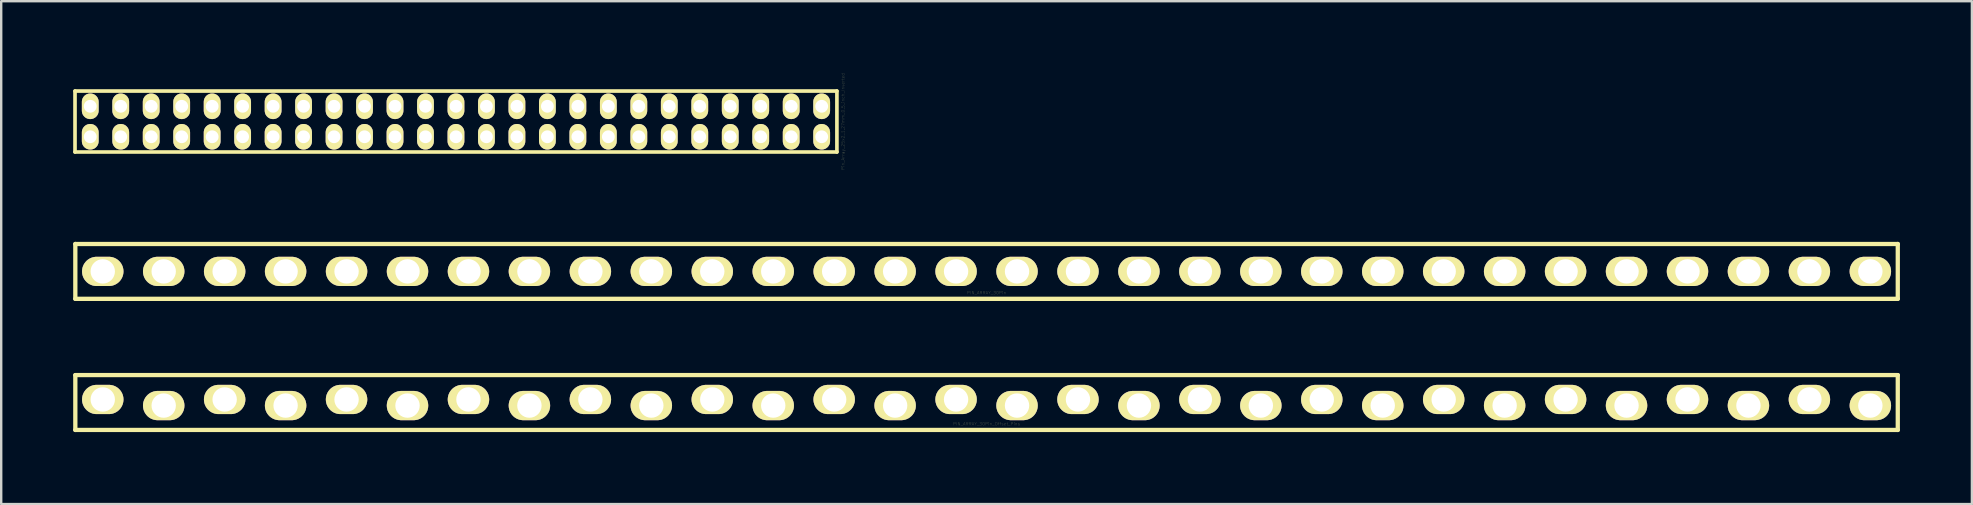
<source format=kicad_pcb>
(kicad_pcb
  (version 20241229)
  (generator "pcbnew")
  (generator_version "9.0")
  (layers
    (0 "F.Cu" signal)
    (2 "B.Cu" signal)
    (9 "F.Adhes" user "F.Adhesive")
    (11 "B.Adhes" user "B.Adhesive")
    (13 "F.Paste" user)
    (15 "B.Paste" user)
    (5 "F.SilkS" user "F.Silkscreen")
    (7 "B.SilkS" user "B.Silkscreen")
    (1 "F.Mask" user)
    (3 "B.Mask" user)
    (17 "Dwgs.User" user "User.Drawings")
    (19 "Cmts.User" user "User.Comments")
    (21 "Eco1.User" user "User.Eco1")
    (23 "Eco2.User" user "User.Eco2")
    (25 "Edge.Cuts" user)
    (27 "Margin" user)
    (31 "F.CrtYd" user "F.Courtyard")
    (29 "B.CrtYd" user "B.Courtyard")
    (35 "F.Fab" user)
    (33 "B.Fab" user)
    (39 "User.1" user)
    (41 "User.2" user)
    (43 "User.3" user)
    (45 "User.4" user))
  (footprint "PIN_ARRAY_30Pin_Offset_Pins"
    (layer "F.Cu")
    (at 38.062 13.724)
    (property "Reference" "PIN_ARRAY_30Pin_Offset_Pins" (at 0 0.889 0) (layer "F.SilkS") (effects (font (size 0.127 0.127) (thickness 0.003))))
    (attr through_hole)
    (fp_line (start -37.973 -1.143) (end -37.973 1.143) (stroke (width 0.178) (type solid)) (layer "F.SilkS"))
    (fp_line (start -37.973 1.143) (end 37.973 1.143) (stroke (width 0.178) (type solid)) (layer "F.SilkS"))
    (fp_line (start 37.973 -1.143) (end -37.973 -1.143) (stroke (width 0.178) (type solid)) (layer "F.SilkS"))
    (fp_line (start 37.973 1.143) (end 37.973 -1.143) (stroke (width 0.178) (type solid)) (layer "F.SilkS"))
    (pad "1" thru_hole oval (at -36.83 -0.127) (size 1.727 1.219) (drill 1.016) (layers "*.Cu" "*.Mask" "F.SilkS"))
    (pad "2" thru_hole oval (at -34.29 0.127) (size 1.727 1.219) (drill 1.016) (layers "*.Cu" "*.Mask" "F.SilkS"))
    (pad "3" thru_hole oval (at -31.75 -0.127) (size 1.727 1.219) (drill 1.016) (layers "*.Cu" "*.Mask" "F.SilkS"))
    (pad "4" thru_hole oval (at -29.21 0.127) (size 1.727 1.219) (drill 1.016) (layers "*.Cu" "*.Mask" "F.SilkS"))
    (pad "5" thru_hole oval (at -26.67 -0.127) (size 1.727 1.219) (drill 1.016) (layers "*.Cu" "*.Mask" "F.SilkS"))
    (pad "6" thru_hole oval (at -24.13 0.127) (size 1.727 1.219) (drill 1.016) (layers "*.Cu" "*.Mask" "F.SilkS"))
    (pad "7" thru_hole oval (at -21.59 -0.127) (size 1.727 1.219) (drill 1.016) (layers "*.Cu" "*.Mask" "F.SilkS"))
    (pad "8" thru_hole oval (at -19.05 0.127) (size 1.727 1.219) (drill 1.016) (layers "*.Cu" "*.Mask" "F.SilkS"))
    (pad "9" thru_hole oval (at -16.51 -0.127) (size 1.727 1.219) (drill 1.016) (layers "*.Cu" "*.Mask" "F.SilkS"))
    (pad "10" thru_hole oval (at -13.97 0.127) (size 1.727 1.219) (drill 1.016) (layers "*.Cu" "*.Mask" "F.SilkS"))
    (pad "11" thru_hole oval (at -11.43 -0.127) (size 1.727 1.219) (drill 1.016) (layers "*.Cu" "*.Mask" "F.SilkS"))
    (pad "12" thru_hole oval (at -8.89 0.127) (size 1.727 1.219) (drill 1.016) (layers "*.Cu" "*.Mask" "F.SilkS"))
    (pad "13" thru_hole oval (at -6.35 -0.127) (size 1.727 1.219) (drill 1.016) (layers "*.Cu" "*.Mask" "F.SilkS"))
    (pad "14" thru_hole oval (at -3.81 0.127) (size 1.727 1.219) (drill 1.016) (layers "*.Cu" "*.Mask" "F.SilkS"))
    (pad "15" thru_hole oval (at -1.27 -0.127) (size 1.727 1.219) (drill 1.016) (layers "*.Cu" "*.Mask" "F.SilkS"))
    (pad "16" thru_hole oval (at 1.27 0.127) (size 1.727 1.219) (drill 1.016) (layers "*.Cu" "*.Mask" "F.SilkS"))
    (pad "17" thru_hole oval (at 3.81 -0.127) (size 1.727 1.219) (drill 1.016) (layers "*.Cu" "*.Mask" "F.SilkS"))
    (pad "18" thru_hole oval (at 6.35 0.127) (size 1.727 1.219) (drill 1.016) (layers "*.Cu" "*.Mask" "F.SilkS"))
    (pad "19" thru_hole oval (at 8.89 -0.127) (size 1.727 1.219) (drill 1.016) (layers "*.Cu" "*.Mask" "F.SilkS"))
    (pad "20" thru_hole oval (at 11.43 0.127) (size 1.727 1.219) (drill 1.016) (layers "*.Cu" "*.Mask" "F.SilkS"))
    (pad "21" thru_hole oval (at 13.97 -0.127) (size 1.727 1.219) (drill 1.016) (layers "*.Cu" "*.Mask" "F.SilkS"))
    (pad "22" thru_hole oval (at 16.51 0.127) (size 1.727 1.219) (drill 1.016) (layers "*.Cu" "*.Mask" "F.SilkS"))
    (pad "23" thru_hole oval (at 19.05 -0.127) (size 1.727 1.219) (drill 1.016) (layers "*.Cu" "*.Mask" "F.SilkS"))
    (pad "24" thru_hole oval (at 21.59 0.127) (size 1.727 1.219) (drill 1.016) (layers "*.Cu" "*.Mask" "F.SilkS"))
    (pad "25" thru_hole oval (at 24.13 -0.127) (size 1.727 1.219) (drill 1.016) (layers "*.Cu" "*.Mask" "F.SilkS"))
    (pad "26" thru_hole oval (at 26.67 0.127) (size 1.727 1.219) (drill 1.016) (layers "*.Cu" "*.Mask" "F.SilkS"))
    (pad "27" thru_hole oval (at 29.21 -0.127) (size 1.727 1.219) (drill 1.016) (layers "*.Cu" "*.Mask" "F.SilkS"))
    (pad "28" thru_hole oval (at 31.75 0.127) (size 1.727 1.219) (drill 1.016) (layers "*.Cu" "*.Mask" "F.SilkS"))
    (pad "29" thru_hole oval (at 34.29 -0.127) (size 1.727 1.219) (drill 1.016) (layers "*.Cu" "*.Mask" "F.SilkS"))
    (pad "30" thru_hole oval (at 36.83 0.127) (size 1.727 1.219) (drill 1.016) (layers "*.Cu" "*.Mask" "F.SilkS")))
  (footprint "PIN_ARRAY_30Pin"
    (layer "F.Cu")
    (at 38.062 8.26)
    (property "Reference" "PIN_ARRAY_30Pin" (at 0 0.889 0) (layer "F.SilkS") (effects (font (size 0.127 0.127) (thickness 0.003))))
    (attr through_hole)
    (fp_line (start -37.973 -1.143) (end -37.973 1.143) (stroke (width 0.178) (type solid)) (layer "F.SilkS"))
    (fp_line (start -37.973 1.143) (end 37.973 1.143) (stroke (width 0.178) (type solid)) (layer "F.SilkS"))
    (fp_line (start 37.973 -1.143) (end -37.973 -1.143) (stroke (width 0.178) (type solid)) (layer "F.SilkS"))
    (fp_line (start 37.973 1.143) (end 37.973 -1.143) (stroke (width 0.178) (type solid)) (layer "F.SilkS"))
    (pad "1" thru_hole oval (at -36.83 0) (size 1.727 1.219) (drill 1.016) (layers "*.Cu" "*.Mask" "F.SilkS"))
    (pad "2" thru_hole oval (at -34.29 0) (size 1.727 1.219) (drill 1.016) (layers "*.Cu" "*.Mask" "F.SilkS"))
    (pad "3" thru_hole oval (at -31.75 0) (size 1.727 1.219) (drill 1.016) (layers "*.Cu" "*.Mask" "F.SilkS"))
    (pad "4" thru_hole oval (at -29.21 0) (size 1.727 1.219) (drill 1.016) (layers "*.Cu" "*.Mask" "F.SilkS"))
    (pad "5" thru_hole oval (at -26.67 0) (size 1.727 1.219) (drill 1.016) (layers "*.Cu" "*.Mask" "F.SilkS"))
    (pad "6" thru_hole oval (at -24.13 0) (size 1.727 1.219) (drill 1.016) (layers "*.Cu" "*.Mask" "F.SilkS"))
    (pad "7" thru_hole oval (at -21.59 0) (size 1.727 1.219) (drill 1.016) (layers "*.Cu" "*.Mask" "F.SilkS"))
    (pad "8" thru_hole oval (at -19.05 0) (size 1.727 1.219) (drill 1.016) (layers "*.Cu" "*.Mask" "F.SilkS"))
    (pad "9" thru_hole oval (at -16.51 0) (size 1.727 1.219) (drill 1.016) (layers "*.Cu" "*.Mask" "F.SilkS"))
    (pad "10" thru_hole oval (at -13.97 0) (size 1.727 1.219) (drill 1.016) (layers "*.Cu" "*.Mask" "F.SilkS"))
    (pad "11" thru_hole oval (at -11.43 0) (size 1.727 1.219) (drill 1.016) (layers "*.Cu" "*.Mask" "F.SilkS"))
    (pad "12" thru_hole oval (at -8.89 0) (size 1.727 1.219) (drill 1.016) (layers "*.Cu" "*.Mask" "F.SilkS"))
    (pad "13" thru_hole oval (at -6.35 0) (size 1.727 1.219) (drill 1.016) (layers "*.Cu" "*.Mask" "F.SilkS"))
    (pad "14" thru_hole oval (at -3.81 0) (size 1.727 1.219) (drill 1.016) (layers "*.Cu" "*.Mask" "F.SilkS"))
    (pad "15" thru_hole oval (at -1.27 0) (size 1.727 1.219) (drill 1.016) (layers "*.Cu" "*.Mask" "F.SilkS"))
    (pad "16" thru_hole oval (at 1.27 0) (size 1.727 1.219) (drill 1.016) (layers "*.Cu" "*.Mask" "F.SilkS"))
    (pad "17" thru_hole oval (at 3.81 0) (size 1.727 1.219) (drill 1.016) (layers "*.Cu" "*.Mask" "F.SilkS"))
    (pad "18" thru_hole oval (at 6.35 0) (size 1.727 1.219) (drill 1.016) (layers "*.Cu" "*.Mask" "F.SilkS"))
    (pad "19" thru_hole oval (at 8.89 0) (size 1.727 1.219) (drill 1.016) (layers "*.Cu" "*.Mask" "F.SilkS"))
    (pad "20" thru_hole oval (at 11.43 0) (size 1.727 1.219) (drill 1.016) (layers "*.Cu" "*.Mask" "F.SilkS"))
    (pad "21" thru_hole oval (at 13.97 0) (size 1.727 1.219) (drill 1.016) (layers "*.Cu" "*.Mask" "F.SilkS"))
    (pad "22" thru_hole oval (at 16.51 0) (size 1.727 1.219) (drill 1.016) (layers "*.Cu" "*.Mask" "F.SilkS"))
    (pad "23" thru_hole oval (at 19.05 0) (size 1.727 1.219) (drill 1.016) (layers "*.Cu" "*.Mask" "F.SilkS"))
    (pad "24" thru_hole oval (at 21.59 0) (size 1.727 1.219) (drill 1.016) (layers "*.Cu" "*.Mask" "F.SilkS"))
    (pad "25" thru_hole oval (at 24.13 0) (size 1.727 1.219) (drill 1.016) (layers "*.Cu" "*.Mask" "F.SilkS"))
    (pad "26" thru_hole oval (at 26.67 0) (size 1.727 1.219) (drill 1.016) (layers "*.Cu" "*.Mask" "F.SilkS"))
    (pad "27" thru_hole oval (at 29.21 0) (size 1.727 1.219) (drill 1.016) (layers "*.Cu" "*.Mask" "F.SilkS"))
    (pad "28" thru_hole oval (at 31.75 0) (size 1.727 1.219) (drill 1.016) (layers "*.Cu" "*.Mask" "F.SilkS"))
    (pad "29" thru_hole oval (at 34.29 0) (size 1.727 1.219) (drill 1.016) (layers "*.Cu" "*.Mask" "F.SilkS"))
    (pad "30" thru_hole oval (at 36.83 0) (size 1.727 1.219) (drill 1.016) (layers "*.Cu" "*.Mask" "F.SilkS")))
  (footprint "Pin_Array_25x2_1.27mm_0.5_inch_Inverted"
    (layer "F.Cu")
    (at 15.951 2.014)
    (property "Reference" "Pin_Array_25x2_1.27mm_0.5_inch_Inverted" (at 16.129 0 90) (layer "F.SilkS") (effects (font (size 0.127 0.127) (thickness 0.003))))
    (attr through_hole)
    (fp_line (start -15.875 -1.27) (end -15.875 1.27) (stroke (width 0.152) (type solid)) (layer "F.SilkS"))
    (fp_line (start -15.875 1.27) (end 15.875 1.27) (stroke (width 0.152) (type solid)) (layer "F.SilkS"))
    (fp_line (start 15.875 -1.27) (end -15.875 -1.27) (stroke (width 0.152) (type solid)) (layer "F.SilkS"))
    (fp_line (start 15.875 1.27) (end 15.875 -1.27) (stroke (width 0.152) (type solid)) (layer "F.SilkS"))
    (pad "1" thru_hole oval (at 15.24 0.635) (size 0.699 1.067) (drill 0.533) (layers "*.Cu" "*.Mask" "F.SilkS"))
    (pad "2" thru_hole oval (at 15.24 -0.635) (size 0.699 1.067) (drill 0.533) (layers "*.Cu" "*.Mask" "F.SilkS"))
    (pad "3" thru_hole oval (at 13.97 0.635) (size 0.699 1.067) (drill 0.533) (layers "*.Cu" "*.Mask" "F.SilkS"))
    (pad "4" thru_hole oval (at 13.97 -0.635) (size 0.699 1.067) (drill 0.533) (layers "*.Cu" "*.Mask" "F.SilkS"))
    (pad "5" thru_hole oval (at 12.7 0.635) (size 0.699 1.067) (drill 0.533) (layers "*.Cu" "*.Mask" "F.SilkS"))
    (pad "6" thru_hole oval (at 12.7 -0.635) (size 0.699 1.067) (drill 0.533) (layers "*.Cu" "*.Mask" "F.SilkS"))
    (pad "7" thru_hole oval (at 11.43 0.635) (size 0.699 1.067) (drill 0.533) (layers "*.Cu" "*.Mask" "F.SilkS"))
    (pad "8" thru_hole oval (at 11.43 -0.635) (size 0.699 1.067) (drill 0.533) (layers "*.Cu" "*.Mask" "F.SilkS"))
    (pad "9" thru_hole oval (at 10.16 0.635) (size 0.699 1.067) (drill 0.533) (layers "*.Cu" "*.Mask" "F.SilkS"))
    (pad "10" thru_hole oval (at 10.16 -0.635) (size 0.699 1.067) (drill 0.533) (layers "*.Cu" "*.Mask" "F.SilkS"))
    (pad "11" thru_hole oval (at 8.89 0.635) (size 0.699 1.067) (drill 0.533) (layers "*.Cu" "*.Mask" "F.SilkS"))
    (pad "12" thru_hole oval (at 8.89 -0.635) (size 0.699 1.067) (drill 0.533) (layers "*.Cu" "*.Mask" "F.SilkS"))
    (pad "13" thru_hole oval (at 7.62 0.635) (size 0.699 1.067) (drill 0.533) (layers "*.Cu" "*.Mask" "F.SilkS"))
    (pad "14" thru_hole oval (at 7.62 -0.635) (size 0.699 1.067) (drill 0.533) (layers "*.Cu" "*.Mask" "F.SilkS"))
    (pad "15" thru_hole oval (at 6.35 0.635) (size 0.699 1.067) (drill 0.533) (layers "*.Cu" "*.Mask" "F.SilkS"))
    (pad "16" thru_hole oval (at 6.35 -0.635) (size 0.699 1.067) (drill 0.533) (layers "*.Cu" "*.Mask" "F.SilkS"))
    (pad "17" thru_hole oval (at 5.08 0.635) (size 0.699 1.067) (drill 0.533) (layers "*.Cu" "*.Mask" "F.SilkS"))
    (pad "18" thru_hole oval (at 5.08 -0.635) (size 0.699 1.067) (drill 0.533) (layers "*.Cu" "*.Mask" "F.SilkS"))
    (pad "19" thru_hole oval (at 3.81 0.635) (size 0.699 1.067) (drill 0.533) (layers "*.Cu" "*.Mask" "F.SilkS"))
    (pad "20" thru_hole oval (at 3.81 -0.635) (size 0.699 1.067) (drill 0.533) (layers "*.Cu" "*.Mask" "F.SilkS"))
    (pad "21" thru_hole oval (at 2.54 0.635) (size 0.699 1.067) (drill 0.533) (layers "*.Cu" "*.Mask" "F.SilkS"))
    (pad "22" thru_hole oval (at 2.54 -0.635) (size 0.699 1.067) (drill 0.533) (layers "*.Cu" "*.Mask" "F.SilkS"))
    (pad "23" thru_hole oval (at 1.27 0.635) (size 0.699 1.067) (drill 0.533) (layers "*.Cu" "*.Mask" "F.SilkS"))
    (pad "24" thru_hole oval (at 1.27 -0.635) (size 0.699 1.067) (drill 0.533) (layers "*.Cu" "*.Mask" "F.SilkS"))
    (pad "25" thru_hole oval (at 0 0.635) (size 0.699 1.067) (drill 0.533) (layers "*.Cu" "*.Mask" "F.SilkS"))
    (pad "26" thru_hole oval (at 0 -0.635) (size 0.699 1.067) (drill 0.533) (layers "*.Cu" "*.Mask" "F.SilkS"))
    (pad "27" thru_hole oval (at -1.27 0.635) (size 0.699 1.067) (drill 0.533) (layers "*.Cu" "*.Mask" "F.SilkS"))
    (pad "28" thru_hole oval (at -1.27 -0.635) (size 0.699 1.067) (drill 0.533) (layers "*.Cu" "*.Mask" "F.SilkS"))
    (pad "29" thru_hole oval (at -2.54 0.635) (size 0.699 1.067) (drill 0.533) (layers "*.Cu" "*.Mask" "F.SilkS"))
    (pad "30" thru_hole oval (at -2.54 -0.635) (size 0.699 1.067) (drill 0.533) (layers "*.Cu" "*.Mask" "F.SilkS"))
    (pad "31" thru_hole oval (at -3.81 0.635) (size 0.699 1.067) (drill 0.533) (layers "*.Cu" "*.Mask" "F.SilkS"))
    (pad "32" thru_hole oval (at -3.81 -0.635) (size 0.699 1.067) (drill 0.533) (layers "*.Cu" "*.Mask" "F.SilkS"))
    (pad "33" thru_hole oval (at -5.08 0.635) (size 0.699 1.067) (drill 0.533) (layers "*.Cu" "*.Mask" "F.SilkS"))
    (pad "34" thru_hole oval (at -5.08 -0.635) (size 0.699 1.067) (drill 0.533) (layers "*.Cu" "*.Mask" "F.SilkS"))
    (pad "35" thru_hole oval (at -6.35 0.635) (size 0.699 1.067) (drill 0.533) (layers "*.Cu" "*.Mask" "F.SilkS"))
    (pad "36" thru_hole oval (at -6.35 -0.635) (size 0.699 1.067) (drill 0.533) (layers "*.Cu" "*.Mask" "F.SilkS"))
    (pad "37" thru_hole oval (at -7.62 0.635) (size 0.699 1.067) (drill 0.533) (layers "*.Cu" "*.Mask" "F.SilkS"))
    (pad "38" thru_hole oval (at -7.62 -0.635) (size 0.699 1.067) (drill 0.533) (layers "*.Cu" "*.Mask" "F.SilkS"))
    (pad "39" thru_hole oval (at -8.89 0.635) (size 0.699 1.067) (drill 0.533) (layers "*.Cu" "*.Mask" "F.SilkS"))
    (pad "40" thru_hole oval (at -8.89 -0.635) (size 0.699 1.067) (drill 0.533) (layers "*.Cu" "*.Mask" "F.SilkS"))
    (pad "41" thru_hole oval (at -10.16 0.635) (size 0.699 1.067) (drill 0.533) (layers "*.Cu" "*.Mask" "F.SilkS"))
    (pad "42" thru_hole oval (at -10.16 -0.635) (size 0.699 1.067) (drill 0.533) (layers "*.Cu" "*.Mask" "F.SilkS"))
    (pad "43" thru_hole oval (at -11.43 0.635) (size 0.699 1.067) (drill 0.533) (layers "*.Cu" "*.Mask" "F.SilkS"))
    (pad "44" thru_hole oval (at -11.43 -0.635) (size 0.699 1.067) (drill 0.533) (layers "*.Cu" "*.Mask" "F.SilkS"))
    (pad "45" thru_hole oval (at -12.7 0.635) (size 0.699 1.067) (drill 0.533) (layers "*.Cu" "*.Mask" "F.SilkS"))
    (pad "46" thru_hole oval (at -12.7 -0.635) (size 0.699 1.067) (drill 0.533) (layers "*.Cu" "*.Mask" "F.SilkS"))
    (pad "47" thru_hole oval (at -13.97 0.635) (size 0.699 1.067) (drill 0.533) (layers "*.Cu" "*.Mask" "F.SilkS"))
    (pad "48" thru_hole oval (at -13.97 -0.635) (size 0.699 1.067) (drill 0.533) (layers "*.Cu" "*.Mask" "F.SilkS"))
    (pad "49" thru_hole oval (at -15.24 0.635) (size 0.699 1.067) (drill 0.533) (layers "*.Cu" "*.Mask" "F.SilkS"))
    (pad "50" thru_hole oval (at -15.24 -0.635) (size 0.699 1.067) (drill 0.533) (layers "*.Cu" "*.Mask" "F.SilkS")))
  (gr_rect
    (start -3 -3)
    (end 79.124 17.956)
    (stroke (width 0.1) (type default))
    (fill no)
    (layer "Edge.Cuts")))
</source>
